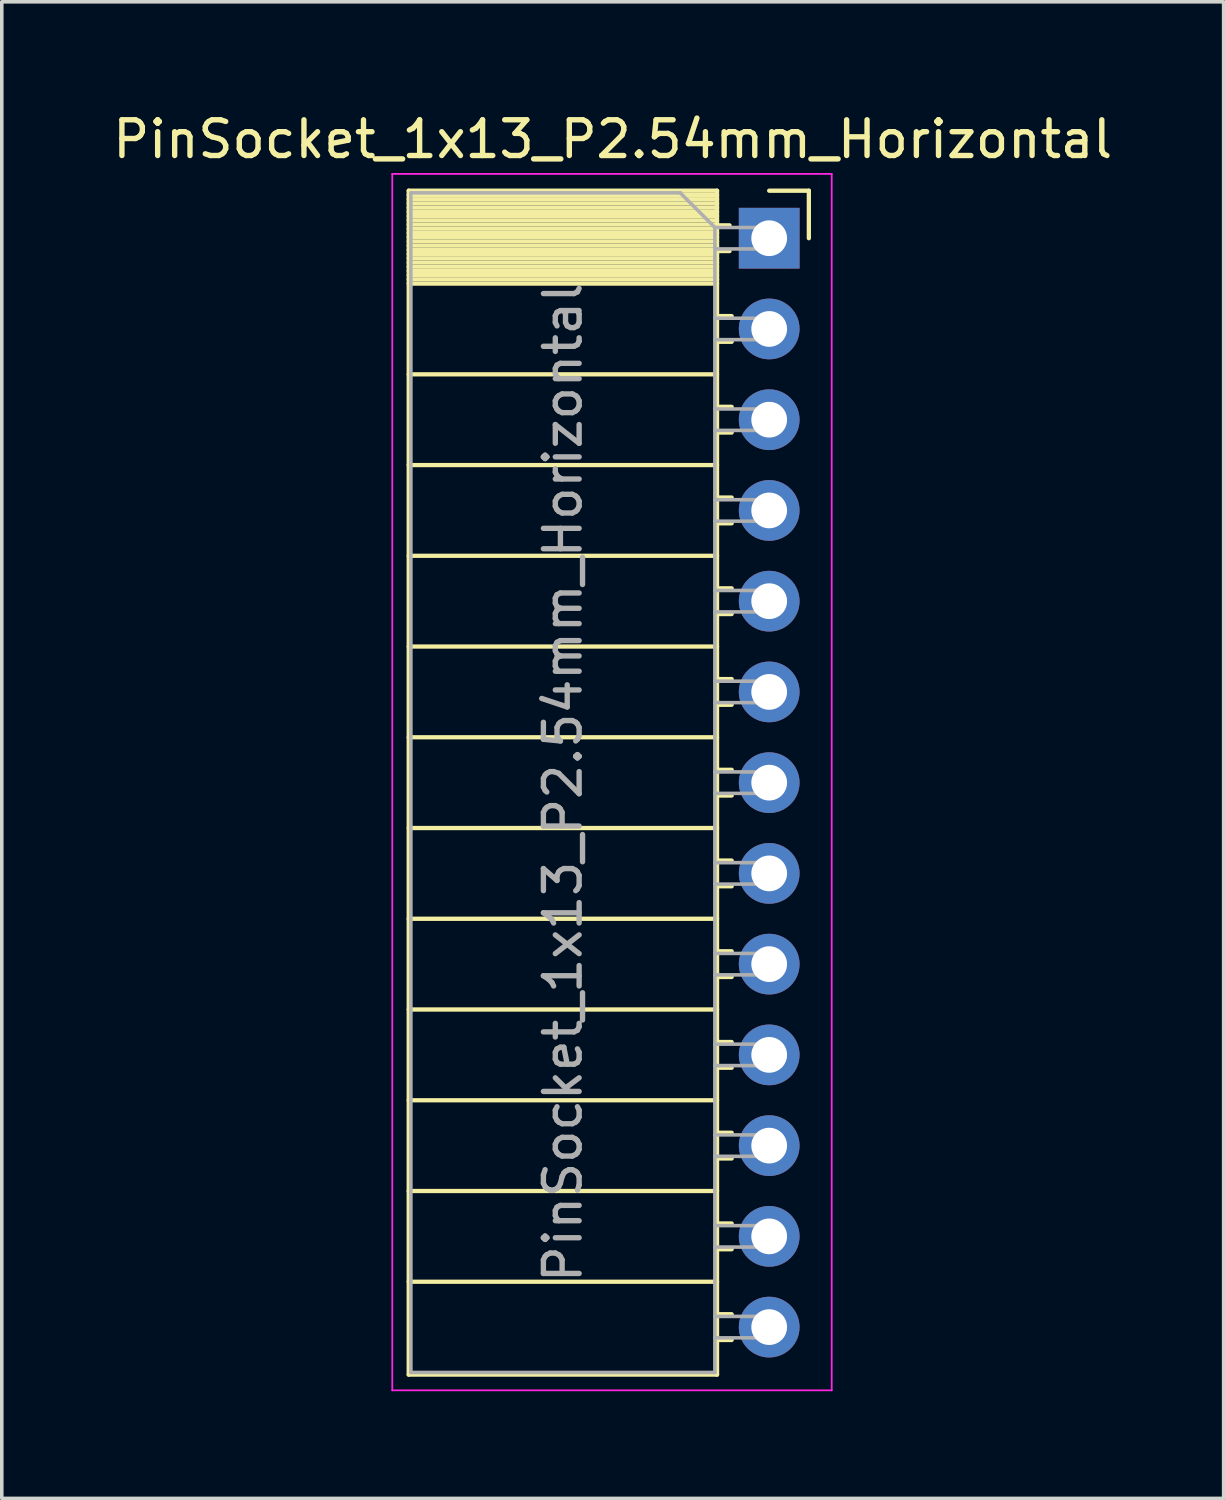
<source format=kicad_pcb>
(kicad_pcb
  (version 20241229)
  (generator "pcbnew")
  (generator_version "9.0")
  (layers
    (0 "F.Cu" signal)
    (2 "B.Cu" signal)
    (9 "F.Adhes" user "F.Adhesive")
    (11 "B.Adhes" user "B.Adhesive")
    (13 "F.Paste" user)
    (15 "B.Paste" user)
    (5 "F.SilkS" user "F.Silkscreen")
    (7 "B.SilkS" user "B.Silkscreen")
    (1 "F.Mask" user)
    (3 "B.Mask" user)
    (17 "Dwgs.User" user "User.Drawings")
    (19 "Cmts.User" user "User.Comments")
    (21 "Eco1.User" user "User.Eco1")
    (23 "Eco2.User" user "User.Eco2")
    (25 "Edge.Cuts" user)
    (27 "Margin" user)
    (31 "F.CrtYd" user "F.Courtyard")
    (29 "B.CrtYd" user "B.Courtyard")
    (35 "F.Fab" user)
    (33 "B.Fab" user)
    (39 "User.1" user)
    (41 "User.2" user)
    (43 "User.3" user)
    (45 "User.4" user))
  (footprint "PinSocket_1x13_P2.54mm_Horizontal"
    (layer "F.Cu")
    (at 18.481 3.618)
    (property "Reference" "PinSocket_1x13_P2.54mm_Horizontal" (at -4.38 -2.77 0) (layer "F.SilkS") (effects (font (size 1 1) (thickness 0.15))))
    (attr through_hole)
    (fp_line (start -10.09 -1.33) (end -10.09 31.81) (stroke (width 0.12) (type solid)) (layer "F.SilkS"))
    (fp_line (start -10.09 -1.33) (end -1.46 -1.33) (stroke (width 0.12) (type solid)) (layer "F.SilkS"))
    (fp_line (start -10.09 -1.21) (end -1.46 -1.21) (stroke (width 0.12) (type solid)) (layer "F.SilkS"))
    (fp_line (start -10.09 -1.092) (end -1.46 -1.092) (stroke (width 0.12) (type solid)) (layer "F.SilkS"))
    (fp_line (start -10.09 -0.974) (end -1.46 -0.974) (stroke (width 0.12) (type solid)) (layer "F.SilkS"))
    (fp_line (start -10.09 -0.856) (end -1.46 -0.856) (stroke (width 0.12) (type solid)) (layer "F.SilkS"))
    (fp_line (start -10.09 -0.738) (end -1.46 -0.738) (stroke (width 0.12) (type solid)) (layer "F.SilkS"))
    (fp_line (start -10.09 -0.62) (end -1.46 -0.62) (stroke (width 0.12) (type solid)) (layer "F.SilkS"))
    (fp_line (start -10.09 -0.501) (end -1.46 -0.501) (stroke (width 0.12) (type solid)) (layer "F.SilkS"))
    (fp_line (start -10.09 -0.383) (end -1.46 -0.383) (stroke (width 0.12) (type solid)) (layer "F.SilkS"))
    (fp_line (start -10.09 -0.265) (end -1.46 -0.265) (stroke (width 0.12) (type solid)) (layer "F.SilkS"))
    (fp_line (start -10.09 -0.147) (end -1.46 -0.147) (stroke (width 0.12) (type solid)) (layer "F.SilkS"))
    (fp_line (start -10.09 -0.029) (end -1.46 -0.029) (stroke (width 0.12) (type solid)) (layer "F.SilkS"))
    (fp_line (start -10.09 0.089) (end -1.46 0.089) (stroke (width 0.12) (type solid)) (layer "F.SilkS"))
    (fp_line (start -10.09 0.207) (end -1.46 0.207) (stroke (width 0.12) (type solid)) (layer "F.SilkS"))
    (fp_line (start -10.09 0.325) (end -1.46 0.325) (stroke (width 0.12) (type solid)) (layer "F.SilkS"))
    (fp_line (start -10.09 0.443) (end -1.46 0.443) (stroke (width 0.12) (type solid)) (layer "F.SilkS"))
    (fp_line (start -10.09 0.561) (end -1.46 0.561) (stroke (width 0.12) (type solid)) (layer "F.SilkS"))
    (fp_line (start -10.09 0.68) (end -1.46 0.68) (stroke (width 0.12) (type solid)) (layer "F.SilkS"))
    (fp_line (start -10.09 0.798) (end -1.46 0.798) (stroke (width 0.12) (type solid)) (layer "F.SilkS"))
    (fp_line (start -10.09 0.916) (end -1.46 0.916) (stroke (width 0.12) (type solid)) (layer "F.SilkS"))
    (fp_line (start -10.09 1.034) (end -1.46 1.034) (stroke (width 0.12) (type solid)) (layer "F.SilkS"))
    (fp_line (start -10.09 1.152) (end -1.46 1.152) (stroke (width 0.12) (type solid)) (layer "F.SilkS"))
    (fp_line (start -10.09 1.27) (end -1.46 1.27) (stroke (width 0.12) (type solid)) (layer "F.SilkS"))
    (fp_line (start -10.09 3.81) (end -1.46 3.81) (stroke (width 0.12) (type solid)) (layer "F.SilkS"))
    (fp_line (start -10.09 6.35) (end -1.46 6.35) (stroke (width 0.12) (type solid)) (layer "F.SilkS"))
    (fp_line (start -10.09 8.89) (end -1.46 8.89) (stroke (width 0.12) (type solid)) (layer "F.SilkS"))
    (fp_line (start -10.09 11.43) (end -1.46 11.43) (stroke (width 0.12) (type solid)) (layer "F.SilkS"))
    (fp_line (start -10.09 13.97) (end -1.46 13.97) (stroke (width 0.12) (type solid)) (layer "F.SilkS"))
    (fp_line (start -10.09 16.51) (end -1.46 16.51) (stroke (width 0.12) (type solid)) (layer "F.SilkS"))
    (fp_line (start -10.09 19.05) (end -1.46 19.05) (stroke (width 0.12) (type solid)) (layer "F.SilkS"))
    (fp_line (start -10.09 21.59) (end -1.46 21.59) (stroke (width 0.12) (type solid)) (layer "F.SilkS"))
    (fp_line (start -10.09 24.13) (end -1.46 24.13) (stroke (width 0.12) (type solid)) (layer "F.SilkS"))
    (fp_line (start -10.09 26.67) (end -1.46 26.67) (stroke (width 0.12) (type solid)) (layer "F.SilkS"))
    (fp_line (start -10.09 29.21) (end -1.46 29.21) (stroke (width 0.12) (type solid)) (layer "F.SilkS"))
    (fp_line (start -10.09 31.81) (end -1.46 31.81) (stroke (width 0.12) (type solid)) (layer "F.SilkS"))
    (fp_line (start -1.46 -1.33) (end -1.46 31.81) (stroke (width 0.12) (type solid)) (layer "F.SilkS"))
    (fp_line (start -1.46 -0.36) (end -1.11 -0.36) (stroke (width 0.12) (type solid)) (layer "F.SilkS"))
    (fp_line (start -1.46 0.36) (end -1.11 0.36) (stroke (width 0.12) (type solid)) (layer "F.SilkS"))
    (fp_line (start -1.46 2.18) (end -1.05 2.18) (stroke (width 0.12) (type solid)) (layer "F.SilkS"))
    (fp_line (start -1.46 2.9) (end -1.05 2.9) (stroke (width 0.12) (type solid)) (layer "F.SilkS"))
    (fp_line (start -1.46 4.72) (end -1.05 4.72) (stroke (width 0.12) (type solid)) (layer "F.SilkS"))
    (fp_line (start -1.46 5.44) (end -1.05 5.44) (stroke (width 0.12) (type solid)) (layer "F.SilkS"))
    (fp_line (start -1.46 7.26) (end -1.05 7.26) (stroke (width 0.12) (type solid)) (layer "F.SilkS"))
    (fp_line (start -1.46 7.98) (end -1.05 7.98) (stroke (width 0.12) (type solid)) (layer "F.SilkS"))
    (fp_line (start -1.46 9.8) (end -1.05 9.8) (stroke (width 0.12) (type solid)) (layer "F.SilkS"))
    (fp_line (start -1.46 10.52) (end -1.05 10.52) (stroke (width 0.12) (type solid)) (layer "F.SilkS"))
    (fp_line (start -1.46 12.34) (end -1.05 12.34) (stroke (width 0.12) (type solid)) (layer "F.SilkS"))
    (fp_line (start -1.46 13.06) (end -1.05 13.06) (stroke (width 0.12) (type solid)) (layer "F.SilkS"))
    (fp_line (start -1.46 14.88) (end -1.05 14.88) (stroke (width 0.12) (type solid)) (layer "F.SilkS"))
    (fp_line (start -1.46 15.6) (end -1.05 15.6) (stroke (width 0.12) (type solid)) (layer "F.SilkS"))
    (fp_line (start -1.46 17.42) (end -1.05 17.42) (stroke (width 0.12) (type solid)) (layer "F.SilkS"))
    (fp_line (start -1.46 18.14) (end -1.05 18.14) (stroke (width 0.12) (type solid)) (layer "F.SilkS"))
    (fp_line (start -1.46 19.96) (end -1.05 19.96) (stroke (width 0.12) (type solid)) (layer "F.SilkS"))
    (fp_line (start -1.46 20.68) (end -1.05 20.68) (stroke (width 0.12) (type solid)) (layer "F.SilkS"))
    (fp_line (start -1.46 22.5) (end -1.05 22.5) (stroke (width 0.12) (type solid)) (layer "F.SilkS"))
    (fp_line (start -1.46 23.22) (end -1.05 23.22) (stroke (width 0.12) (type solid)) (layer "F.SilkS"))
    (fp_line (start -1.46 25.04) (end -1.05 25.04) (stroke (width 0.12) (type solid)) (layer "F.SilkS"))
    (fp_line (start -1.46 25.76) (end -1.05 25.76) (stroke (width 0.12) (type solid)) (layer "F.SilkS"))
    (fp_line (start -1.46 27.58) (end -1.05 27.58) (stroke (width 0.12) (type solid)) (layer "F.SilkS"))
    (fp_line (start -1.46 28.3) (end -1.05 28.3) (stroke (width 0.12) (type solid)) (layer "F.SilkS"))
    (fp_line (start -1.46 30.12) (end -1.05 30.12) (stroke (width 0.12) (type solid)) (layer "F.SilkS"))
    (fp_line (start -1.46 30.84) (end -1.05 30.84) (stroke (width 0.12) (type solid)) (layer "F.SilkS"))
    (fp_line (start 0 -1.33) (end 1.11 -1.33) (stroke (width 0.12) (type solid)) (layer "F.SilkS"))
    (fp_line (start 1.11 -1.33) (end 1.11 0) (stroke (width 0.12) (type solid)) (layer "F.SilkS"))
    (fp_line (start -10.55 -1.8) (end -10.55 32.25) (stroke (width 0.05) (type solid)) (layer "F.CrtYd"))
    (fp_line (start -10.55 32.25) (end 1.75 32.25) (stroke (width 0.05) (type solid)) (layer "F.CrtYd"))
    (fp_line (start 1.75 -1.8) (end -10.55 -1.8) (stroke (width 0.05) (type solid)) (layer "F.CrtYd"))
    (fp_line (start 1.75 32.25) (end 1.75 -1.8) (stroke (width 0.05) (type solid)) (layer "F.CrtYd"))
    (fp_line (start -10.03 -1.27) (end -2.49 -1.27) (stroke (width 0.1) (type solid)) (layer "F.Fab"))
    (fp_line (start -10.03 31.75) (end -10.03 -1.27) (stroke (width 0.1) (type solid)) (layer "F.Fab"))
    (fp_line (start -2.49 -1.27) (end -1.52 -0.3) (stroke (width 0.1) (type solid)) (layer "F.Fab"))
    (fp_line (start -1.52 -0.3) (end -1.52 31.75) (stroke (width 0.1) (type solid)) (layer "F.Fab"))
    (fp_line (start -1.52 0.3) (end 0 0.3) (stroke (width 0.1) (type solid)) (layer "F.Fab"))
    (fp_line (start -1.52 2.84) (end 0 2.84) (stroke (width 0.1) (type solid)) (layer "F.Fab"))
    (fp_line (start -1.52 5.38) (end 0 5.38) (stroke (width 0.1) (type solid)) (layer "F.Fab"))
    (fp_line (start -1.52 7.92) (end 0 7.92) (stroke (width 0.1) (type solid)) (layer "F.Fab"))
    (fp_line (start -1.52 10.46) (end 0 10.46) (stroke (width 0.1) (type solid)) (layer "F.Fab"))
    (fp_line (start -1.52 13) (end 0 13) (stroke (width 0.1) (type solid)) (layer "F.Fab"))
    (fp_line (start -1.52 15.54) (end 0 15.54) (stroke (width 0.1) (type solid)) (layer "F.Fab"))
    (fp_line (start -1.52 18.08) (end 0 18.08) (stroke (width 0.1) (type solid)) (layer "F.Fab"))
    (fp_line (start -1.52 20.62) (end 0 20.62) (stroke (width 0.1) (type solid)) (layer "F.Fab"))
    (fp_line (start -1.52 23.16) (end 0 23.16) (stroke (width 0.1) (type solid)) (layer "F.Fab"))
    (fp_line (start -1.52 25.7) (end 0 25.7) (stroke (width 0.1) (type solid)) (layer "F.Fab"))
    (fp_line (start -1.52 28.24) (end 0 28.24) (stroke (width 0.1) (type solid)) (layer "F.Fab"))
    (fp_line (start -1.52 30.78) (end 0 30.78) (stroke (width 0.1) (type solid)) (layer "F.Fab"))
    (fp_line (start -1.52 31.75) (end -10.03 31.75) (stroke (width 0.1) (type solid)) (layer "F.Fab"))
    (fp_line (start 0 -0.3) (end -1.52 -0.3) (stroke (width 0.1) (type solid)) (layer "F.Fab"))
    (fp_line (start 0 0.3) (end 0 -0.3) (stroke (width 0.1) (type solid)) (layer "F.Fab"))
    (fp_line (start 0 2.24) (end -1.52 2.24) (stroke (width 0.1) (type solid)) (layer "F.Fab"))
    (fp_line (start 0 2.84) (end 0 2.24) (stroke (width 0.1) (type solid)) (layer "F.Fab"))
    (fp_line (start 0 4.78) (end -1.52 4.78) (stroke (width 0.1) (type solid)) (layer "F.Fab"))
    (fp_line (start 0 5.38) (end 0 4.78) (stroke (width 0.1) (type solid)) (layer "F.Fab"))
    (fp_line (start 0 7.32) (end -1.52 7.32) (stroke (width 0.1) (type solid)) (layer "F.Fab"))
    (fp_line (start 0 7.92) (end 0 7.32) (stroke (width 0.1) (type solid)) (layer "F.Fab"))
    (fp_line (start 0 9.86) (end -1.52 9.86) (stroke (width 0.1) (type solid)) (layer "F.Fab"))
    (fp_line (start 0 10.46) (end 0 9.86) (stroke (width 0.1) (type solid)) (layer "F.Fab"))
    (fp_line (start 0 12.4) (end -1.52 12.4) (stroke (width 0.1) (type solid)) (layer "F.Fab"))
    (fp_line (start 0 13) (end 0 12.4) (stroke (width 0.1) (type solid)) (layer "F.Fab"))
    (fp_line (start 0 14.94) (end -1.52 14.94) (stroke (width 0.1) (type solid)) (layer "F.Fab"))
    (fp_line (start 0 15.54) (end 0 14.94) (stroke (width 0.1) (type solid)) (layer "F.Fab"))
    (fp_line (start 0 17.48) (end -1.52 17.48) (stroke (width 0.1) (type solid)) (layer "F.Fab"))
    (fp_line (start 0 18.08) (end 0 17.48) (stroke (width 0.1) (type solid)) (layer "F.Fab"))
    (fp_line (start 0 20.02) (end -1.52 20.02) (stroke (width 0.1) (type solid)) (layer "F.Fab"))
    (fp_line (start 0 20.62) (end 0 20.02) (stroke (width 0.1) (type solid)) (layer "F.Fab"))
    (fp_line (start 0 22.56) (end -1.52 22.56) (stroke (width 0.1) (type solid)) (layer "F.Fab"))
    (fp_line (start 0 23.16) (end 0 22.56) (stroke (width 0.1) (type solid)) (layer "F.Fab"))
    (fp_line (start 0 25.1) (end -1.52 25.1) (stroke (width 0.1) (type solid)) (layer "F.Fab"))
    (fp_line (start 0 25.7) (end 0 25.1) (stroke (width 0.1) (type solid)) (layer "F.Fab"))
    (fp_line (start 0 27.64) (end -1.52 27.64) (stroke (width 0.1) (type solid)) (layer "F.Fab"))
    (fp_line (start 0 28.24) (end 0 27.64) (stroke (width 0.1) (type solid)) (layer "F.Fab"))
    (fp_line (start 0 30.18) (end -1.52 30.18) (stroke (width 0.1) (type solid)) (layer "F.Fab"))
    (fp_line (start 0 30.78) (end 0 30.18) (stroke (width 0.1) (type solid)) (layer "F.Fab"))
    (fp_text user "${REFERENCE}" (at -5.775 15.24 90) (layer "F.Fab") (effects (font (size 1 1) (thickness 0.15))))
    (pad "1" thru_hole rect (at 0 0) (size 1.7 1.7) (drill 1) (layers "*.Cu" "*.Mask"))
    (pad "2" thru_hole oval (at 0 2.54) (size 1.7 1.7) (drill 1) (layers "*.Cu" "*.Mask"))
    (pad "3" thru_hole oval (at 0 5.08) (size 1.7 1.7) (drill 1) (layers "*.Cu" "*.Mask"))
    (pad "4" thru_hole oval (at 0 7.62) (size 1.7 1.7) (drill 1) (layers "*.Cu" "*.Mask"))
    (pad "5" thru_hole oval (at 0 10.16) (size 1.7 1.7) (drill 1) (layers "*.Cu" "*.Mask"))
    (pad "6" thru_hole oval (at 0 12.7) (size 1.7 1.7) (drill 1) (layers "*.Cu" "*.Mask"))
    (pad "7" thru_hole oval (at 0 15.24) (size 1.7 1.7) (drill 1) (layers "*.Cu" "*.Mask"))
    (pad "8" thru_hole oval (at 0 17.78) (size 1.7 1.7) (drill 1) (layers "*.Cu" "*.Mask"))
    (pad "9" thru_hole oval (at 0 20.32) (size 1.7 1.7) (drill 1) (layers "*.Cu" "*.Mask"))
    (pad "10" thru_hole oval (at 0 22.86) (size 1.7 1.7) (drill 1) (layers "*.Cu" "*.Mask"))
    (pad "11" thru_hole oval (at 0 25.4) (size 1.7 1.7) (drill 1) (layers "*.Cu" "*.Mask"))
    (pad "12" thru_hole oval (at 0 27.94) (size 1.7 1.7) (drill 1) (layers "*.Cu" "*.Mask"))
    (pad "13" thru_hole oval (at 0 30.48) (size 1.7 1.7) (drill 1) (layers "*.Cu" "*.Mask")))
  (gr_rect
    (start -3 -3)
    (end 31.202 38.893)
    (stroke (width 0.1) (type default))
    (fill no)
    (layer "Edge.Cuts")))
</source>
